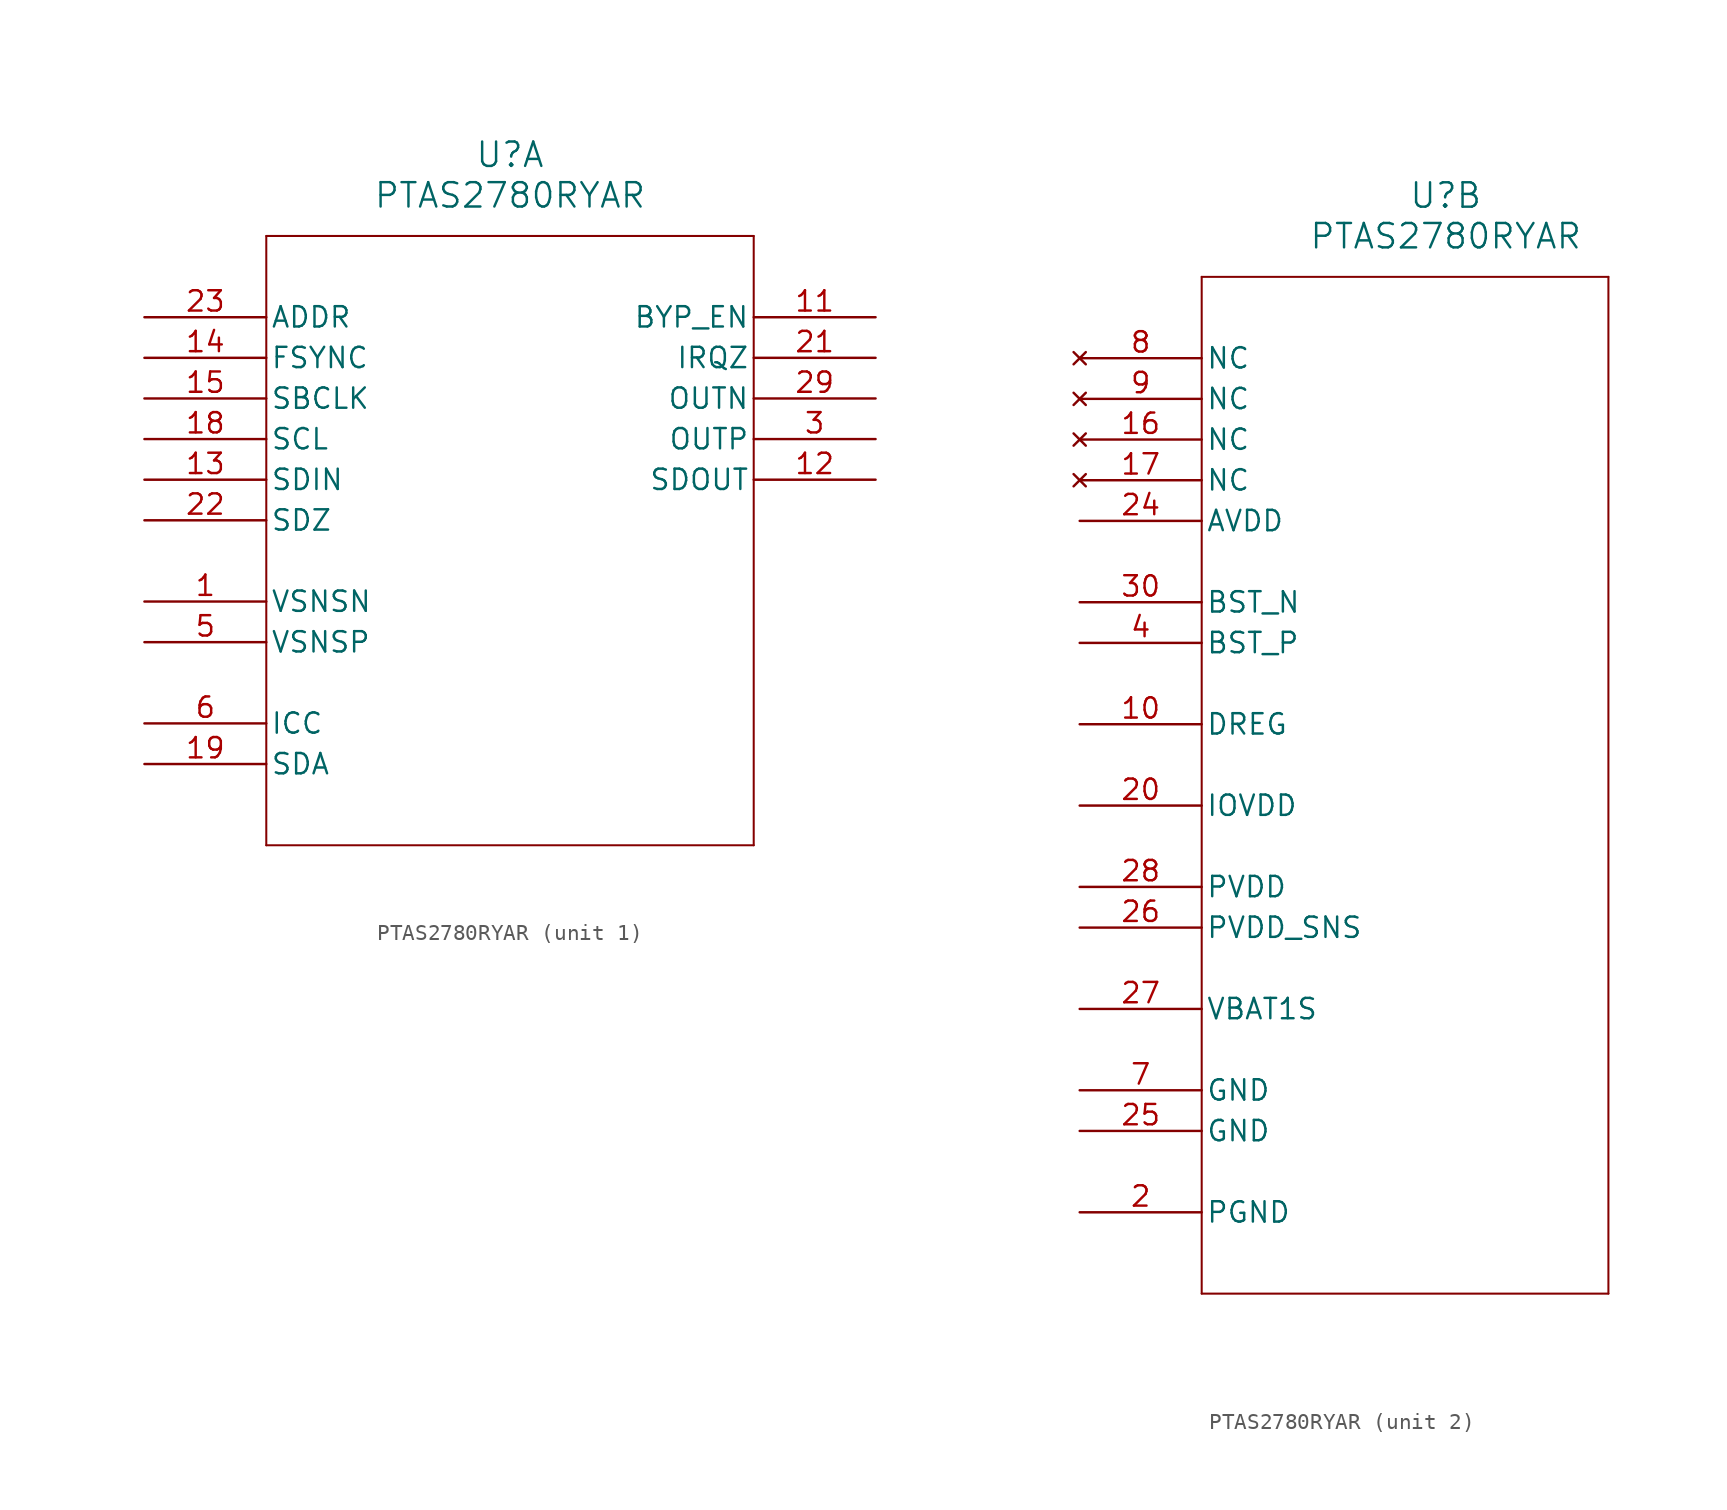
<source format=kicad_sym>
(kicad_symbol_lib
  (version 20211014)
  (generator kicad_symbol_editor)
  (symbol "PTAS2780RYAR"
    (pin_names
      (offset 0.254))
    (property "Reference" "U"
      (at 22.86 10.16 0)
      (effects (font (size 1.524 1.524))))
    (property "Value" "PTAS2780RYAR"
      (at 22.86 7.62 0)
      (effects (font (size 1.524 1.524))))
    (symbol "PTAS2780RYAR_1_1"
      (polyline (pts (xy 7.62 5.08) (xy 7.62 -33.02)) (stroke (width 0.127) (type default) (color 0 0 0 0)) (fill (type none)))
      (polyline (pts (xy 7.62 -33.02) (xy 38.1 -33.02)) (stroke (width 0.127) (type default) (color 0 0 0 0)) (fill (type none)))
      (polyline (pts (xy 38.1 -33.02) (xy 38.1 5.08)) (stroke (width 0.127) (type default) (color 0 0 0 0)) (fill (type none)))
      (polyline (pts (xy 38.1 5.08) (xy 7.62 5.08)) (stroke (width 0.127) (type default) (color 0 0 0 0)) (fill (type none)))
      (pin input line (at 0 -17.78 0) (length 7.62) (name "VSNSN" (effects (font (size 1.27 1.27)))) (number "1" (effects (font (size 1.27 1.27)))))
      (pin output line (at 45.72 -7.62 180) (length 7.62) (name "OUTP" (effects (font (size 1.27 1.27)))) (number "3" (effects (font (size 1.27 1.27)))))
      (pin input line (at 0 -20.32 0) (length 7.62) (name "VSNSP" (effects (font (size 1.27 1.27)))) (number "5" (effects (font (size 1.27 1.27)))))
      (pin unspecified line (at 0 -25.4 0) (length 7.62) (name "ICC" (effects (font (size 1.27 1.27)))) (number "6" (effects (font (size 1.27 1.27)))))
      (pin output line (at 45.72 0 180) (length 7.62) (name "BYP_EN" (effects (font (size 1.27 1.27)))) (number "11" (effects (font (size 1.27 1.27)))))
      (pin bidirectional line (at 45.72 -10.16 180) (length 7.62) (name "SDOUT" (effects (font (size 1.27 1.27)))) (number "12" (effects (font (size 1.27 1.27)))))
      (pin input line (at 0 -10.16 0) (length 7.62) (name "SDIN" (effects (font (size 1.27 1.27)))) (number "13" (effects (font (size 1.27 1.27)))))
      (pin input line (at 0 -2.54 0) (length 7.62) (name "FSYNC" (effects (font (size 1.27 1.27)))) (number "14" (effects (font (size 1.27 1.27)))))
      (pin input line (at 0 -5.08 0) (length 7.62) (name "SBCLK" (effects (font (size 1.27 1.27)))) (number "15" (effects (font (size 1.27 1.27)))))
      (pin input line (at 0 -7.62 0) (length 7.62) (name "SCL" (effects (font (size 1.27 1.27)))) (number "18" (effects (font (size 1.27 1.27)))))
      (pin bidirectional line (at 0 -27.94 0) (length 7.62) (name "SDA" (effects (font (size 1.27 1.27)))) (number "19" (effects (font (size 1.27 1.27)))))
      (pin output line (at 45.72 -2.54 180) (length 7.62) (name "IRQZ" (effects (font (size 1.27 1.27)))) (number "21" (effects (font (size 1.27 1.27)))))
      (pin input line (at 0 -12.7 0) (length 7.62) (name "SDZ" (effects (font (size 1.27 1.27)))) (number "22" (effects (font (size 1.27 1.27)))))
      (pin input line (at 0 0 0) (length 7.62) (name "ADDR" (effects (font (size 1.27 1.27)))) (number "23" (effects (font (size 1.27 1.27)))))
      (pin output line (at 45.72 -5.08 180) (length 7.62) (name "OUTN" (effects (font (size 1.27 1.27)))) (number "29" (effects (font (size 1.27 1.27))))))
    (symbol "PTAS2780RYAR_2_1"
      (polyline (pts (xy 7.62 5.08) (xy 7.62 -58.42)) (stroke (width 0.127) (type default) (color 0 0 0 0)) (fill (type none)))
      (polyline (pts (xy 7.62 -58.42) (xy 33.02 -58.42)) (stroke (width 0.127) (type default) (color 0 0 0 0)) (fill (type none)))
      (polyline (pts (xy 33.02 -58.42) (xy 33.02 5.08)) (stroke (width 0.127) (type default) (color 0 0 0 0)) (fill (type none)))
      (polyline (pts (xy 33.02 5.08) (xy 7.62 5.08)) (stroke (width 0.127) (type default) (color 0 0 0 0)) (fill (type none)))
      (pin power_out line (at 0 -53.34 0) (length 7.62) (name "PGND" (effects (font (size 1.27 1.27)))) (number "2" (effects (font (size 1.27 1.27)))))
      (pin power_in line (at 0 -17.78 0) (length 7.62) (name "BST_P" (effects (font (size 1.27 1.27)))) (number "4" (effects (font (size 1.27 1.27)))))
      (pin power_out line (at 0 -45.72 0) (length 7.62) (name "GND" (effects (font (size 1.27 1.27)))) (number "7" (effects (font (size 1.27 1.27)))))
      (pin no_connect line (at 0 0 0) (length 7.62) (name "NC" (effects (font (size 1.27 1.27)))) (number "8" (effects (font (size 1.27 1.27)))))
      (pin no_connect line (at 0 -2.54 0) (length 7.62) (name "NC" (effects (font (size 1.27 1.27)))) (number "9" (effects (font (size 1.27 1.27)))))
      (pin power_in line (at 0 -22.86 0) (length 7.62) (name "DREG" (effects (font (size 1.27 1.27)))) (number "10" (effects (font (size 1.27 1.27)))))
      (pin no_connect line (at 0 -5.08 0) (length 7.62) (name "NC" (effects (font (size 1.27 1.27)))) (number "16" (effects (font (size 1.27 1.27)))))
      (pin no_connect line (at 0 -7.62 0) (length 7.62) (name "NC" (effects (font (size 1.27 1.27)))) (number "17" (effects (font (size 1.27 1.27)))))
      (pin power_in line (at 0 -27.94 0) (length 7.62) (name "IOVDD" (effects (font (size 1.27 1.27)))) (number "20" (effects (font (size 1.27 1.27)))))
      (pin power_in line (at 0 -10.16 0) (length 7.62) (name "AVDD" (effects (font (size 1.27 1.27)))) (number "24" (effects (font (size 1.27 1.27)))))
      (pin power_out line (at 0 -48.26 0) (length 7.62) (name "GND" (effects (font (size 1.27 1.27)))) (number "25" (effects (font (size 1.27 1.27)))))
      (pin input line (at 0 -35.56 0) (length 7.62) (name "PVDD_SNS" (effects (font (size 1.27 1.27)))) (number "26" (effects (font (size 1.27 1.27)))))
      (pin power_in line (at 0 -40.64 0) (length 7.62) (name "VBAT1S" (effects (font (size 1.27 1.27)))) (number "27" (effects (font (size 1.27 1.27)))))
      (pin power_in line (at 0 -33.02 0) (length 7.62) (name "PVDD" (effects (font (size 1.27 1.27)))) (number "28" (effects (font (size 1.27 1.27)))))
      (pin power_in line (at 0 -15.24 0) (length 7.62) (name "BST_N" (effects (font (size 1.27 1.27)))) (number "30" (effects (font (size 1.27 1.27))))))))
</source>
